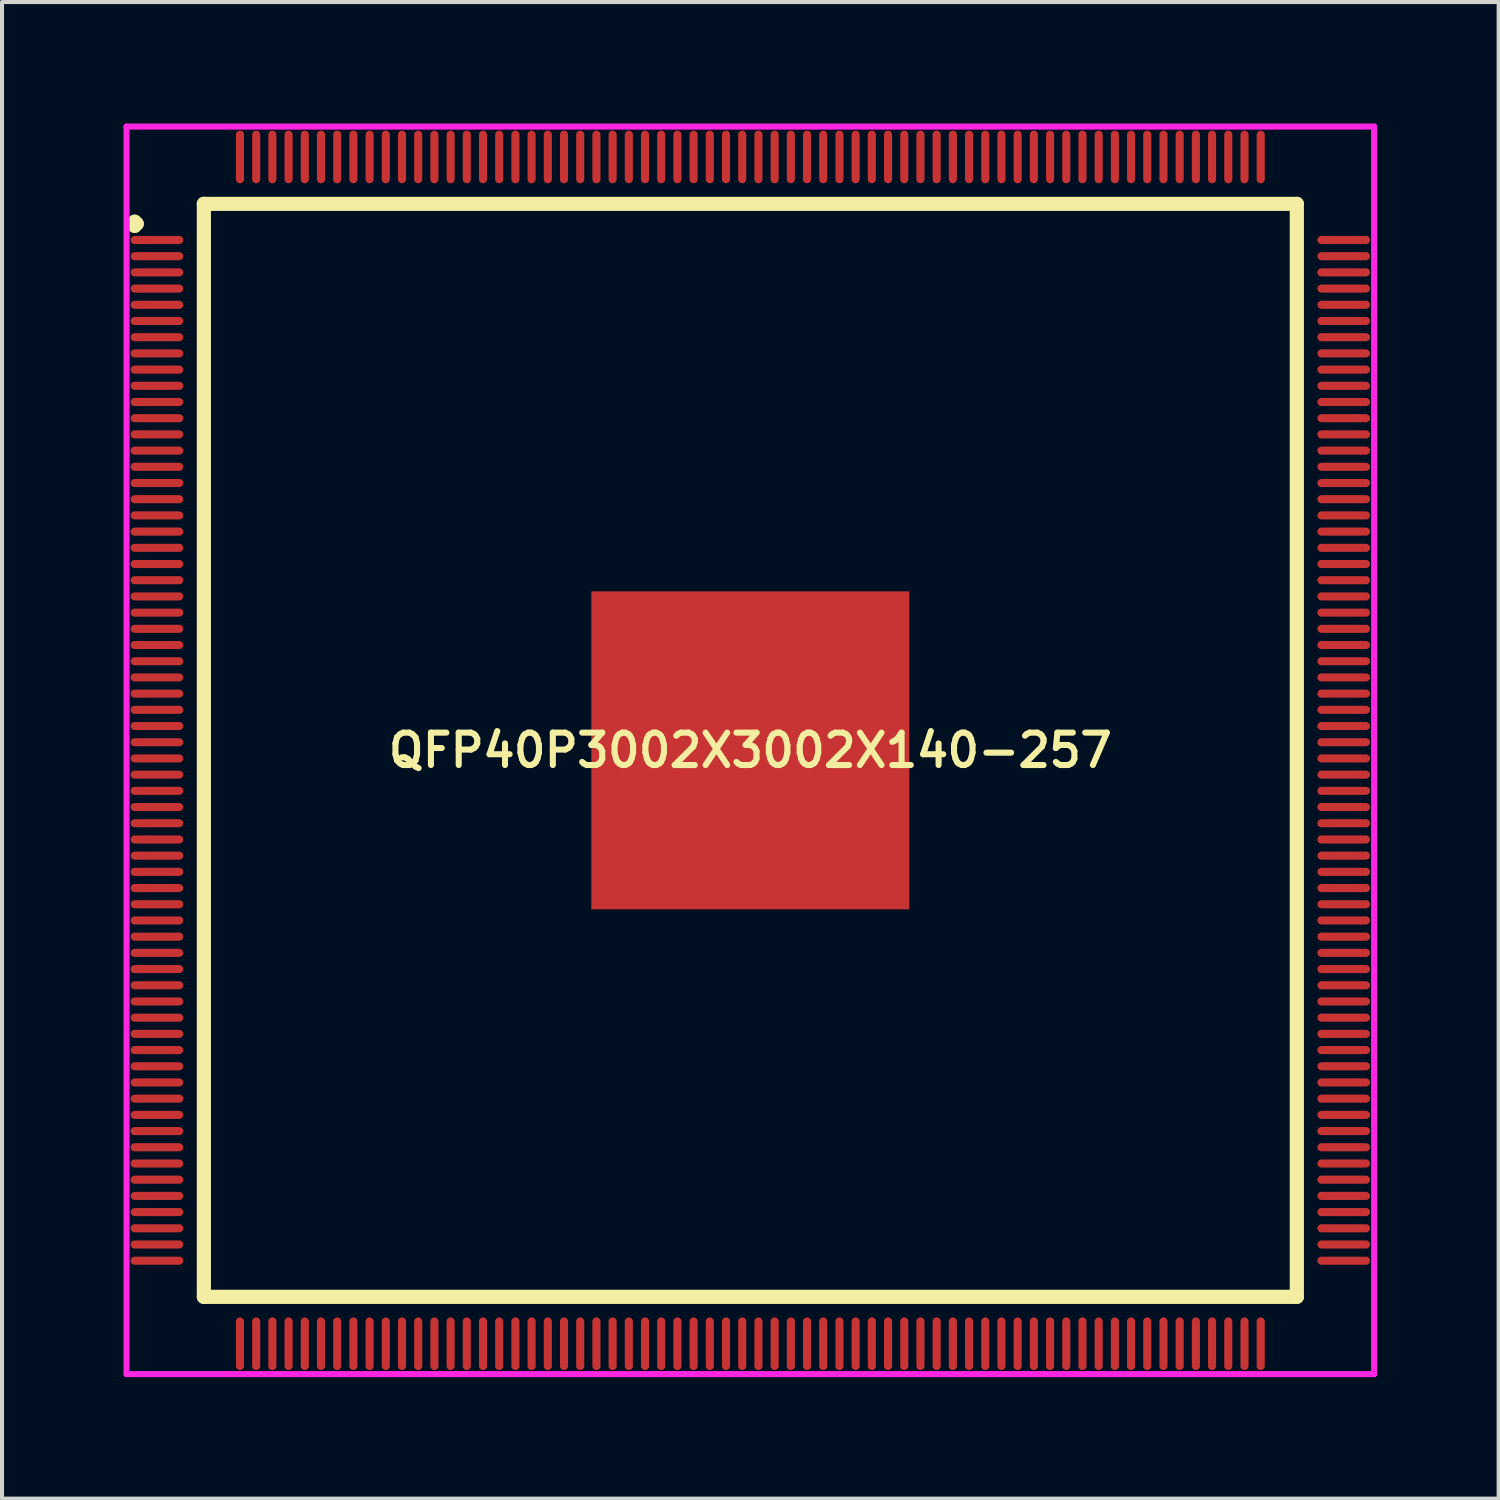
<source format=kicad_pcb>
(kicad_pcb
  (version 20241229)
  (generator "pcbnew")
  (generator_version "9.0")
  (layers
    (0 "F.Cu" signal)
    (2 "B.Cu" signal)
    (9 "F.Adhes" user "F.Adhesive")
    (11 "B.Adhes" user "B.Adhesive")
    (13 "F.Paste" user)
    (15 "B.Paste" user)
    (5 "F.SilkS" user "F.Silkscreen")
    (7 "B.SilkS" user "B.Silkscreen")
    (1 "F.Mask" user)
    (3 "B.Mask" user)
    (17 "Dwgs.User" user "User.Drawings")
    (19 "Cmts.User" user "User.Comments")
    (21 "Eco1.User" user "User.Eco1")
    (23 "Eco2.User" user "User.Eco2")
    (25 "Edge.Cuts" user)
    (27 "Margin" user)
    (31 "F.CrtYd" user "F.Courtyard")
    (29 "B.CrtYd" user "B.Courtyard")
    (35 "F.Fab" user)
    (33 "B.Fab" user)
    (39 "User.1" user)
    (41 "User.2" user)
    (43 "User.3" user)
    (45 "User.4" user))
  (footprint "QFP40P3002X3002X140-257"
    (layer "F.Cu")
    (at 15.475 15.475)
    (property "Reference" "QFP40P3002X3002X140-257" (at 0 0 0) (layer "F.SilkS") (effects (font (size 0.8 0.8) (thickness 0.15))))
    (attr through_hole)
    (fp_line (start -15.25 -13) (end -15.2 -13.05) (stroke (width 0.35) (type solid)) (layer "F.SilkS"))
    (fp_line (start -15.2 -13.05) (end -15.15 -13) (stroke (width 0.35) (type solid)) (layer "F.SilkS"))
    (fp_line (start -15.2 -12.95) (end -15.25 -13) (stroke (width 0.35) (type solid)) (layer "F.SilkS"))
    (fp_line (start -15.15 -13) (end -15.2 -12.95) (stroke (width 0.35) (type solid)) (layer "F.SilkS"))
    (fp_line (start -13.492 -13.492) (end -13.492 13.492) (stroke (width 0.35) (type solid)) (layer "F.SilkS"))
    (fp_line (start -13.492 13.492) (end 13.492 13.492) (stroke (width 0.35) (type solid)) (layer "F.SilkS"))
    (fp_line (start 13.492 -13.492) (end -13.492 -13.492) (stroke (width 0.35) (type solid)) (layer "F.SilkS"))
    (fp_line (start 13.492 13.492) (end 13.492 -13.492) (stroke (width 0.35) (type solid)) (layer "F.SilkS"))
    (fp_line (start -15.4 -15.4) (end 15.4 -15.4) (stroke (width 0.15) (type solid)) (layer "F.CrtYd"))
    (fp_line (start -15.4 15.4) (end -15.4 -15.4) (stroke (width 0.15) (type solid)) (layer "F.CrtYd"))
    (fp_line (start 15.4 -15.4) (end 15.4 15.4) (stroke (width 0.15) (type solid)) (layer "F.CrtYd"))
    (fp_line (start 15.4 15.4) (end -15.4 15.4) (stroke (width 0.15) (type solid)) (layer "F.CrtYd"))
    (pad "1" smd oval (at -14.65 -12.6) (size 1.3 0.2) (layers "F.Cu" "F.Mask" "F.Paste"))
    (pad "2" smd oval (at -14.65 -12.2) (size 1.3 0.2) (layers "F.Cu" "F.Mask" "F.Paste"))
    (pad "3" smd oval (at -14.65 -11.8) (size 1.3 0.2) (layers "F.Cu" "F.Mask" "F.Paste"))
    (pad "4" smd oval (at -14.65 -11.4) (size 1.3 0.2) (layers "F.Cu" "F.Mask" "F.Paste"))
    (pad "5" smd oval (at -14.65 -11) (size 1.3 0.2) (layers "F.Cu" "F.Mask" "F.Paste"))
    (pad "6" smd oval (at -14.65 -10.6) (size 1.3 0.2) (layers "F.Cu" "F.Mask" "F.Paste"))
    (pad "7" smd oval (at -14.65 -10.2) (size 1.3 0.2) (layers "F.Cu" "F.Mask" "F.Paste"))
    (pad "8" smd oval (at -14.65 -9.8) (size 1.3 0.2) (layers "F.Cu" "F.Mask" "F.Paste"))
    (pad "9" smd oval (at -14.65 -9.4) (size 1.3 0.2) (layers "F.Cu" "F.Mask" "F.Paste"))
    (pad "10" smd oval (at -14.65 -9) (size 1.3 0.2) (layers "F.Cu" "F.Mask" "F.Paste"))
    (pad "11" smd oval (at -14.65 -8.6) (size 1.3 0.2) (layers "F.Cu" "F.Mask" "F.Paste"))
    (pad "12" smd oval (at -14.65 -8.2) (size 1.3 0.2) (layers "F.Cu" "F.Mask" "F.Paste"))
    (pad "13" smd oval (at -14.65 -7.8) (size 1.3 0.2) (layers "F.Cu" "F.Mask" "F.Paste"))
    (pad "14" smd oval (at -14.65 -7.4) (size 1.3 0.2) (layers "F.Cu" "F.Mask" "F.Paste"))
    (pad "15" smd oval (at -14.65 -7) (size 1.3 0.2) (layers "F.Cu" "F.Mask" "F.Paste"))
    (pad "16" smd oval (at -14.65 -6.6) (size 1.3 0.2) (layers "F.Cu" "F.Mask" "F.Paste"))
    (pad "17" smd oval (at -14.65 -6.2) (size 1.3 0.2) (layers "F.Cu" "F.Mask" "F.Paste"))
    (pad "18" smd oval (at -14.65 -5.8) (size 1.3 0.2) (layers "F.Cu" "F.Mask" "F.Paste"))
    (pad "19" smd oval (at -14.65 -5.4) (size 1.3 0.2) (layers "F.Cu" "F.Mask" "F.Paste"))
    (pad "20" smd oval (at -14.65 -5) (size 1.3 0.2) (layers "F.Cu" "F.Mask" "F.Paste"))
    (pad "21" smd oval (at -14.65 -4.6) (size 1.3 0.2) (layers "F.Cu" "F.Mask" "F.Paste"))
    (pad "22" smd oval (at -14.65 -4.2) (size 1.3 0.2) (layers "F.Cu" "F.Mask" "F.Paste"))
    (pad "23" smd oval (at -14.65 -3.8) (size 1.3 0.2) (layers "F.Cu" "F.Mask" "F.Paste"))
    (pad "24" smd oval (at -14.65 -3.4) (size 1.3 0.2) (layers "F.Cu" "F.Mask" "F.Paste"))
    (pad "25" smd oval (at -14.65 -3) (size 1.3 0.2) (layers "F.Cu" "F.Mask" "F.Paste"))
    (pad "26" smd oval (at -14.65 -2.6) (size 1.3 0.2) (layers "F.Cu" "F.Mask" "F.Paste"))
    (pad "27" smd oval (at -14.65 -2.2) (size 1.3 0.2) (layers "F.Cu" "F.Mask" "F.Paste"))
    (pad "28" smd oval (at -14.65 -1.8) (size 1.3 0.2) (layers "F.Cu" "F.Mask" "F.Paste"))
    (pad "29" smd oval (at -14.65 -1.4) (size 1.3 0.2) (layers "F.Cu" "F.Mask" "F.Paste"))
    (pad "30" smd oval (at -14.65 -1) (size 1.3 0.2) (layers "F.Cu" "F.Mask" "F.Paste"))
    (pad "31" smd oval (at -14.65 -0.6) (size 1.3 0.2) (layers "F.Cu" "F.Mask" "F.Paste"))
    (pad "32" smd oval (at -14.65 -0.2) (size 1.3 0.2) (layers "F.Cu" "F.Mask" "F.Paste"))
    (pad "33" smd oval (at -14.65 0.2) (size 1.3 0.2) (layers "F.Cu" "F.Mask" "F.Paste"))
    (pad "34" smd oval (at -14.65 0.6) (size 1.3 0.2) (layers "F.Cu" "F.Mask" "F.Paste"))
    (pad "35" smd oval (at -14.65 1) (size 1.3 0.2) (layers "F.Cu" "F.Mask" "F.Paste"))
    (pad "36" smd oval (at -14.65 1.4) (size 1.3 0.2) (layers "F.Cu" "F.Mask" "F.Paste"))
    (pad "37" smd oval (at -14.65 1.8) (size 1.3 0.2) (layers "F.Cu" "F.Mask" "F.Paste"))
    (pad "38" smd oval (at -14.65 2.2) (size 1.3 0.2) (layers "F.Cu" "F.Mask" "F.Paste"))
    (pad "39" smd oval (at -14.65 2.6) (size 1.3 0.2) (layers "F.Cu" "F.Mask" "F.Paste"))
    (pad "40" smd oval (at -14.65 3) (size 1.3 0.2) (layers "F.Cu" "F.Mask" "F.Paste"))
    (pad "41" smd oval (at -14.65 3.4) (size 1.3 0.2) (layers "F.Cu" "F.Mask" "F.Paste"))
    (pad "42" smd oval (at -14.65 3.8) (size 1.3 0.2) (layers "F.Cu" "F.Mask" "F.Paste"))
    (pad "43" smd oval (at -14.65 4.2) (size 1.3 0.2) (layers "F.Cu" "F.Mask" "F.Paste"))
    (pad "44" smd oval (at -14.65 4.6) (size 1.3 0.2) (layers "F.Cu" "F.Mask" "F.Paste"))
    (pad "45" smd oval (at -14.65 5) (size 1.3 0.2) (layers "F.Cu" "F.Mask" "F.Paste"))
    (pad "46" smd oval (at -14.65 5.4) (size 1.3 0.2) (layers "F.Cu" "F.Mask" "F.Paste"))
    (pad "47" smd oval (at -14.65 5.8) (size 1.3 0.2) (layers "F.Cu" "F.Mask" "F.Paste"))
    (pad "48" smd oval (at -14.65 6.2) (size 1.3 0.2) (layers "F.Cu" "F.Mask" "F.Paste"))
    (pad "49" smd oval (at -14.65 6.6) (size 1.3 0.2) (layers "F.Cu" "F.Mask" "F.Paste"))
    (pad "50" smd oval (at -14.65 7) (size 1.3 0.2) (layers "F.Cu" "F.Mask" "F.Paste"))
    (pad "51" smd oval (at -14.65 7.4) (size 1.3 0.2) (layers "F.Cu" "F.Mask" "F.Paste"))
    (pad "52" smd oval (at -14.65 7.8) (size 1.3 0.2) (layers "F.Cu" "F.Mask" "F.Paste"))
    (pad "53" smd oval (at -14.65 8.2) (size 1.3 0.2) (layers "F.Cu" "F.Mask" "F.Paste"))
    (pad "54" smd oval (at -14.65 8.6) (size 1.3 0.2) (layers "F.Cu" "F.Mask" "F.Paste"))
    (pad "55" smd oval (at -14.65 9) (size 1.3 0.2) (layers "F.Cu" "F.Mask" "F.Paste"))
    (pad "56" smd oval (at -14.65 9.4) (size 1.3 0.2) (layers "F.Cu" "F.Mask" "F.Paste"))
    (pad "57" smd oval (at -14.65 9.8) (size 1.3 0.2) (layers "F.Cu" "F.Mask" "F.Paste"))
    (pad "58" smd oval (at -14.65 10.2) (size 1.3 0.2) (layers "F.Cu" "F.Mask" "F.Paste"))
    (pad "59" smd oval (at -14.65 10.6) (size 1.3 0.2) (layers "F.Cu" "F.Mask" "F.Paste"))
    (pad "60" smd oval (at -14.65 11) (size 1.3 0.2) (layers "F.Cu" "F.Mask" "F.Paste"))
    (pad "61" smd oval (at -14.65 11.4) (size 1.3 0.2) (layers "F.Cu" "F.Mask" "F.Paste"))
    (pad "62" smd oval (at -14.65 11.8) (size 1.3 0.2) (layers "F.Cu" "F.Mask" "F.Paste"))
    (pad "63" smd oval (at -14.65 12.2) (size 1.3 0.2) (layers "F.Cu" "F.Mask" "F.Paste"))
    (pad "64" smd oval (at -14.65 12.6) (size 1.3 0.2) (layers "F.Cu" "F.Mask" "F.Paste"))
    (pad "65" smd oval (at -12.6 14.65) (size 0.2 1.3) (layers "F.Cu" "F.Mask" "F.Paste"))
    (pad "66" smd oval (at -12.2 14.65) (size 0.2 1.3) (layers "F.Cu" "F.Mask" "F.Paste"))
    (pad "67" smd oval (at -11.8 14.65) (size 0.2 1.3) (layers "F.Cu" "F.Mask" "F.Paste"))
    (pad "68" smd oval (at -11.4 14.65) (size 0.2 1.3) (layers "F.Cu" "F.Mask" "F.Paste"))
    (pad "69" smd oval (at -11 14.65) (size 0.2 1.3) (layers "F.Cu" "F.Mask" "F.Paste"))
    (pad "70" smd oval (at -10.6 14.65) (size 0.2 1.3) (layers "F.Cu" "F.Mask" "F.Paste"))
    (pad "71" smd oval (at -10.2 14.65) (size 0.2 1.3) (layers "F.Cu" "F.Mask" "F.Paste"))
    (pad "72" smd oval (at -9.8 14.65) (size 0.2 1.3) (layers "F.Cu" "F.Mask" "F.Paste"))
    (pad "73" smd oval (at -9.4 14.65) (size 0.2 1.3) (layers "F.Cu" "F.Mask" "F.Paste"))
    (pad "74" smd oval (at -9 14.65) (size 0.2 1.3) (layers "F.Cu" "F.Mask" "F.Paste"))
    (pad "75" smd oval (at -8.6 14.65) (size 0.2 1.3) (layers "F.Cu" "F.Mask" "F.Paste"))
    (pad "76" smd oval (at -8.2 14.65) (size 0.2 1.3) (layers "F.Cu" "F.Mask" "F.Paste"))
    (pad "77" smd oval (at -7.8 14.65) (size 0.2 1.3) (layers "F.Cu" "F.Mask" "F.Paste"))
    (pad "78" smd oval (at -7.4 14.65) (size 0.2 1.3) (layers "F.Cu" "F.Mask" "F.Paste"))
    (pad "79" smd oval (at -7 14.65) (size 0.2 1.3) (layers "F.Cu" "F.Mask" "F.Paste"))
    (pad "80" smd oval (at -6.6 14.65) (size 0.2 1.3) (layers "F.Cu" "F.Mask" "F.Paste"))
    (pad "81" smd oval (at -6.2 14.65) (size 0.2 1.3) (layers "F.Cu" "F.Mask" "F.Paste"))
    (pad "82" smd oval (at -5.8 14.65) (size 0.2 1.3) (layers "F.Cu" "F.Mask" "F.Paste"))
    (pad "83" smd oval (at -5.4 14.65) (size 0.2 1.3) (layers "F.Cu" "F.Mask" "F.Paste"))
    (pad "84" smd oval (at -5 14.65) (size 0.2 1.3) (layers "F.Cu" "F.Mask" "F.Paste"))
    (pad "85" smd oval (at -4.6 14.65) (size 0.2 1.3) (layers "F.Cu" "F.Mask" "F.Paste"))
    (pad "86" smd oval (at -4.2 14.65) (size 0.2 1.3) (layers "F.Cu" "F.Mask" "F.Paste"))
    (pad "87" smd oval (at -3.8 14.65) (size 0.2 1.3) (layers "F.Cu" "F.Mask" "F.Paste"))
    (pad "88" smd oval (at -3.4 14.65) (size 0.2 1.3) (layers "F.Cu" "F.Mask" "F.Paste"))
    (pad "89" smd oval (at -3 14.65) (size 0.2 1.3) (layers "F.Cu" "F.Mask" "F.Paste"))
    (pad "90" smd oval (at -2.6 14.65) (size 0.2 1.3) (layers "F.Cu" "F.Mask" "F.Paste"))
    (pad "91" smd oval (at -2.2 14.65) (size 0.2 1.3) (layers "F.Cu" "F.Mask" "F.Paste"))
    (pad "92" smd oval (at -1.8 14.65) (size 0.2 1.3) (layers "F.Cu" "F.Mask" "F.Paste"))
    (pad "93" smd oval (at -1.4 14.65) (size 0.2 1.3) (layers "F.Cu" "F.Mask" "F.Paste"))
    (pad "94" smd oval (at -1 14.65) (size 0.2 1.3) (layers "F.Cu" "F.Mask" "F.Paste"))
    (pad "95" smd oval (at -0.6 14.65) (size 0.2 1.3) (layers "F.Cu" "F.Mask" "F.Paste"))
    (pad "96" smd oval (at -0.2 14.65) (size 0.2 1.3) (layers "F.Cu" "F.Mask" "F.Paste"))
    (pad "97" smd oval (at 0.2 14.65) (size 0.2 1.3) (layers "F.Cu" "F.Mask" "F.Paste"))
    (pad "98" smd oval (at 0.6 14.65) (size 0.2 1.3) (layers "F.Cu" "F.Mask" "F.Paste"))
    (pad "99" smd oval (at 1 14.65) (size 0.2 1.3) (layers "F.Cu" "F.Mask" "F.Paste"))
    (pad "100" smd oval (at 1.4 14.65) (size 0.2 1.3) (layers "F.Cu" "F.Mask" "F.Paste"))
    (pad "101" smd oval (at 1.8 14.65) (size 0.2 1.3) (layers "F.Cu" "F.Mask" "F.Paste"))
    (pad "102" smd oval (at 2.2 14.65) (size 0.2 1.3) (layers "F.Cu" "F.Mask" "F.Paste"))
    (pad "103" smd oval (at 2.6 14.65) (size 0.2 1.3) (layers "F.Cu" "F.Mask" "F.Paste"))
    (pad "104" smd oval (at 3 14.65) (size 0.2 1.3) (layers "F.Cu" "F.Mask" "F.Paste"))
    (pad "105" smd oval (at 3.4 14.65) (size 0.2 1.3) (layers "F.Cu" "F.Mask" "F.Paste"))
    (pad "106" smd oval (at 3.8 14.65) (size 0.2 1.3) (layers "F.Cu" "F.Mask" "F.Paste"))
    (pad "107" smd oval (at 4.2 14.65) (size 0.2 1.3) (layers "F.Cu" "F.Mask" "F.Paste"))
    (pad "108" smd oval (at 4.6 14.65) (size 0.2 1.3) (layers "F.Cu" "F.Mask" "F.Paste"))
    (pad "109" smd oval (at 5 14.65) (size 0.2 1.3) (layers "F.Cu" "F.Mask" "F.Paste"))
    (pad "110" smd oval (at 5.4 14.65) (size 0.2 1.3) (layers "F.Cu" "F.Mask" "F.Paste"))
    (pad "111" smd oval (at 5.8 14.65) (size 0.2 1.3) (layers "F.Cu" "F.Mask" "F.Paste"))
    (pad "112" smd oval (at 6.2 14.65) (size 0.2 1.3) (layers "F.Cu" "F.Mask" "F.Paste"))
    (pad "113" smd oval (at 6.6 14.65) (size 0.2 1.3) (layers "F.Cu" "F.Mask" "F.Paste"))
    (pad "114" smd oval (at 7 14.65) (size 0.2 1.3) (layers "F.Cu" "F.Mask" "F.Paste"))
    (pad "115" smd oval (at 7.4 14.65) (size 0.2 1.3) (layers "F.Cu" "F.Mask" "F.Paste"))
    (pad "116" smd oval (at 7.8 14.65) (size 0.2 1.3) (layers "F.Cu" "F.Mask" "F.Paste"))
    (pad "117" smd oval (at 8.2 14.65) (size 0.2 1.3) (layers "F.Cu" "F.Mask" "F.Paste"))
    (pad "118" smd oval (at 8.6 14.65) (size 0.2 1.3) (layers "F.Cu" "F.Mask" "F.Paste"))
    (pad "119" smd oval (at 9 14.65) (size 0.2 1.3) (layers "F.Cu" "F.Mask" "F.Paste"))
    (pad "120" smd oval (at 9.4 14.65) (size 0.2 1.3) (layers "F.Cu" "F.Mask" "F.Paste"))
    (pad "121" smd oval (at 9.8 14.65) (size 0.2 1.3) (layers "F.Cu" "F.Mask" "F.Paste"))
    (pad "122" smd oval (at 10.2 14.65) (size 0.2 1.3) (layers "F.Cu" "F.Mask" "F.Paste"))
    (pad "123" smd oval (at 10.6 14.65) (size 0.2 1.3) (layers "F.Cu" "F.Mask" "F.Paste"))
    (pad "124" smd oval (at 11 14.65) (size 0.2 1.3) (layers "F.Cu" "F.Mask" "F.Paste"))
    (pad "125" smd oval (at 11.4 14.65) (size 0.2 1.3) (layers "F.Cu" "F.Mask" "F.Paste"))
    (pad "126" smd oval (at 11.8 14.65) (size 0.2 1.3) (layers "F.Cu" "F.Mask" "F.Paste"))
    (pad "127" smd oval (at 12.2 14.65) (size 0.2 1.3) (layers "F.Cu" "F.Mask" "F.Paste"))
    (pad "128" smd oval (at 12.6 14.65) (size 0.2 1.3) (layers "F.Cu" "F.Mask" "F.Paste"))
    (pad "129" smd oval (at 14.65 12.6) (size 1.3 0.2) (layers "F.Cu" "F.Mask" "F.Paste"))
    (pad "130" smd oval (at 14.65 12.2) (size 1.3 0.2) (layers "F.Cu" "F.Mask" "F.Paste"))
    (pad "131" smd oval (at 14.65 11.8) (size 1.3 0.2) (layers "F.Cu" "F.Mask" "F.Paste"))
    (pad "132" smd oval (at 14.65 11.4) (size 1.3 0.2) (layers "F.Cu" "F.Mask" "F.Paste"))
    (pad "133" smd oval (at 14.65 11) (size 1.3 0.2) (layers "F.Cu" "F.Mask" "F.Paste"))
    (pad "134" smd oval (at 14.65 10.6) (size 1.3 0.2) (layers "F.Cu" "F.Mask" "F.Paste"))
    (pad "135" smd oval (at 14.65 10.2) (size 1.3 0.2) (layers "F.Cu" "F.Mask" "F.Paste"))
    (pad "136" smd oval (at 14.65 9.8) (size 1.3 0.2) (layers "F.Cu" "F.Mask" "F.Paste"))
    (pad "137" smd oval (at 14.65 9.4) (size 1.3 0.2) (layers "F.Cu" "F.Mask" "F.Paste"))
    (pad "138" smd oval (at 14.65 9) (size 1.3 0.2) (layers "F.Cu" "F.Mask" "F.Paste"))
    (pad "139" smd oval (at 14.65 8.6) (size 1.3 0.2) (layers "F.Cu" "F.Mask" "F.Paste"))
    (pad "140" smd oval (at 14.65 8.2) (size 1.3 0.2) (layers "F.Cu" "F.Mask" "F.Paste"))
    (pad "141" smd oval (at 14.65 7.8) (size 1.3 0.2) (layers "F.Cu" "F.Mask" "F.Paste"))
    (pad "142" smd oval (at 14.65 7.4) (size 1.3 0.2) (layers "F.Cu" "F.Mask" "F.Paste"))
    (pad "143" smd oval (at 14.65 7) (size 1.3 0.2) (layers "F.Cu" "F.Mask" "F.Paste"))
    (pad "144" smd oval (at 14.65 6.6) (size 1.3 0.2) (layers "F.Cu" "F.Mask" "F.Paste"))
    (pad "145" smd oval (at 14.65 6.2) (size 1.3 0.2) (layers "F.Cu" "F.Mask" "F.Paste"))
    (pad "146" smd oval (at 14.65 5.8) (size 1.3 0.2) (layers "F.Cu" "F.Mask" "F.Paste"))
    (pad "147" smd oval (at 14.65 5.4) (size 1.3 0.2) (layers "F.Cu" "F.Mask" "F.Paste"))
    (pad "148" smd oval (at 14.65 5) (size 1.3 0.2) (layers "F.Cu" "F.Mask" "F.Paste"))
    (pad "149" smd oval (at 14.65 4.6) (size 1.3 0.2) (layers "F.Cu" "F.Mask" "F.Paste"))
    (pad "150" smd oval (at 14.65 4.2) (size 1.3 0.2) (layers "F.Cu" "F.Mask" "F.Paste"))
    (pad "151" smd oval (at 14.65 3.8) (size 1.3 0.2) (layers "F.Cu" "F.Mask" "F.Paste"))
    (pad "152" smd oval (at 14.65 3.4) (size 1.3 0.2) (layers "F.Cu" "F.Mask" "F.Paste"))
    (pad "153" smd oval (at 14.65 3) (size 1.3 0.2) (layers "F.Cu" "F.Mask" "F.Paste"))
    (pad "154" smd oval (at 14.65 2.6) (size 1.3 0.2) (layers "F.Cu" "F.Mask" "F.Paste"))
    (pad "155" smd oval (at 14.65 2.2) (size 1.3 0.2) (layers "F.Cu" "F.Mask" "F.Paste"))
    (pad "156" smd oval (at 14.65 1.8) (size 1.3 0.2) (layers "F.Cu" "F.Mask" "F.Paste"))
    (pad "157" smd oval (at 14.65 1.4) (size 1.3 0.2) (layers "F.Cu" "F.Mask" "F.Paste"))
    (pad "158" smd oval (at 14.65 1) (size 1.3 0.2) (layers "F.Cu" "F.Mask" "F.Paste"))
    (pad "159" smd oval (at 14.65 0.6) (size 1.3 0.2) (layers "F.Cu" "F.Mask" "F.Paste"))
    (pad "160" smd oval (at 14.65 0.2) (size 1.3 0.2) (layers "F.Cu" "F.Mask" "F.Paste"))
    (pad "161" smd oval (at 14.65 -0.2) (size 1.3 0.2) (layers "F.Cu" "F.Mask" "F.Paste"))
    (pad "162" smd oval (at 14.65 -0.6) (size 1.3 0.2) (layers "F.Cu" "F.Mask" "F.Paste"))
    (pad "163" smd oval (at 14.65 -1) (size 1.3 0.2) (layers "F.Cu" "F.Mask" "F.Paste"))
    (pad "164" smd oval (at 14.65 -1.4) (size 1.3 0.2) (layers "F.Cu" "F.Mask" "F.Paste"))
    (pad "165" smd oval (at 14.65 -1.8) (size 1.3 0.2) (layers "F.Cu" "F.Mask" "F.Paste"))
    (pad "166" smd oval (at 14.65 -2.2) (size 1.3 0.2) (layers "F.Cu" "F.Mask" "F.Paste"))
    (pad "167" smd oval (at 14.65 -2.6) (size 1.3 0.2) (layers "F.Cu" "F.Mask" "F.Paste"))
    (pad "168" smd oval (at 14.65 -3) (size 1.3 0.2) (layers "F.Cu" "F.Mask" "F.Paste"))
    (pad "169" smd oval (at 14.65 -3.4) (size 1.3 0.2) (layers "F.Cu" "F.Mask" "F.Paste"))
    (pad "170" smd oval (at 14.65 -3.8) (size 1.3 0.2) (layers "F.Cu" "F.Mask" "F.Paste"))
    (pad "171" smd oval (at 14.65 -4.2) (size 1.3 0.2) (layers "F.Cu" "F.Mask" "F.Paste"))
    (pad "172" smd oval (at 14.65 -4.6) (size 1.3 0.2) (layers "F.Cu" "F.Mask" "F.Paste"))
    (pad "173" smd oval (at 14.65 -5) (size 1.3 0.2) (layers "F.Cu" "F.Mask" "F.Paste"))
    (pad "174" smd oval (at 14.65 -5.4) (size 1.3 0.2) (layers "F.Cu" "F.Mask" "F.Paste"))
    (pad "175" smd oval (at 14.65 -5.8) (size 1.3 0.2) (layers "F.Cu" "F.Mask" "F.Paste"))
    (pad "176" smd oval (at 14.65 -6.2) (size 1.3 0.2) (layers "F.Cu" "F.Mask" "F.Paste"))
    (pad "177" smd oval (at 14.65 -6.6) (size 1.3 0.2) (layers "F.Cu" "F.Mask" "F.Paste"))
    (pad "178" smd oval (at 14.65 -7) (size 1.3 0.2) (layers "F.Cu" "F.Mask" "F.Paste"))
    (pad "179" smd oval (at 14.65 -7.4) (size 1.3 0.2) (layers "F.Cu" "F.Mask" "F.Paste"))
    (pad "180" smd oval (at 14.65 -7.8) (size 1.3 0.2) (layers "F.Cu" "F.Mask" "F.Paste"))
    (pad "181" smd oval (at 14.65 -8.2) (size 1.3 0.2) (layers "F.Cu" "F.Mask" "F.Paste"))
    (pad "182" smd oval (at 14.65 -8.6) (size 1.3 0.2) (layers "F.Cu" "F.Mask" "F.Paste"))
    (pad "183" smd oval (at 14.65 -9) (size 1.3 0.2) (layers "F.Cu" "F.Mask" "F.Paste"))
    (pad "184" smd oval (at 14.65 -9.4) (size 1.3 0.2) (layers "F.Cu" "F.Mask" "F.Paste"))
    (pad "185" smd oval (at 14.65 -9.8) (size 1.3 0.2) (layers "F.Cu" "F.Mask" "F.Paste"))
    (pad "186" smd oval (at 14.65 -10.2) (size 1.3 0.2) (layers "F.Cu" "F.Mask" "F.Paste"))
    (pad "187" smd oval (at 14.65 -10.6) (size 1.3 0.2) (layers "F.Cu" "F.Mask" "F.Paste"))
    (pad "188" smd oval (at 14.65 -11) (size 1.3 0.2) (layers "F.Cu" "F.Mask" "F.Paste"))
    (pad "189" smd oval (at 14.65 -11.4) (size 1.3 0.2) (layers "F.Cu" "F.Mask" "F.Paste"))
    (pad "190" smd oval (at 14.65 -11.8) (size 1.3 0.2) (layers "F.Cu" "F.Mask" "F.Paste"))
    (pad "191" smd oval (at 14.65 -12.2) (size 1.3 0.2) (layers "F.Cu" "F.Mask" "F.Paste"))
    (pad "192" smd oval (at 14.65 -12.6) (size 1.3 0.2) (layers "F.Cu" "F.Mask" "F.Paste"))
    (pad "193" smd oval (at 12.6 -14.65) (size 0.2 1.3) (layers "F.Cu" "F.Mask" "F.Paste"))
    (pad "194" smd oval (at 12.2 -14.65) (size 0.2 1.3) (layers "F.Cu" "F.Mask" "F.Paste"))
    (pad "195" smd oval (at 11.8 -14.65) (size 0.2 1.3) (layers "F.Cu" "F.Mask" "F.Paste"))
    (pad "196" smd oval (at 11.4 -14.65) (size 0.2 1.3) (layers "F.Cu" "F.Mask" "F.Paste"))
    (pad "197" smd oval (at 11 -14.65) (size 0.2 1.3) (layers "F.Cu" "F.Mask" "F.Paste"))
    (pad "198" smd oval (at 10.6 -14.65) (size 0.2 1.3) (layers "F.Cu" "F.Mask" "F.Paste"))
    (pad "199" smd oval (at 10.2 -14.65) (size 0.2 1.3) (layers "F.Cu" "F.Mask" "F.Paste"))
    (pad "200" smd oval (at 9.8 -14.65) (size 0.2 1.3) (layers "F.Cu" "F.Mask" "F.Paste"))
    (pad "201" smd oval (at 9.4 -14.65) (size 0.2 1.3) (layers "F.Cu" "F.Mask" "F.Paste"))
    (pad "202" smd oval (at 9 -14.65) (size 0.2 1.3) (layers "F.Cu" "F.Mask" "F.Paste"))
    (pad "203" smd oval (at 8.6 -14.65) (size 0.2 1.3) (layers "F.Cu" "F.Mask" "F.Paste"))
    (pad "204" smd oval (at 8.2 -14.65) (size 0.2 1.3) (layers "F.Cu" "F.Mask" "F.Paste"))
    (pad "205" smd oval (at 7.8 -14.65) (size 0.2 1.3) (layers "F.Cu" "F.Mask" "F.Paste"))
    (pad "206" smd oval (at 7.4 -14.65) (size 0.2 1.3) (layers "F.Cu" "F.Mask" "F.Paste"))
    (pad "207" smd oval (at 7 -14.65) (size 0.2 1.3) (layers "F.Cu" "F.Mask" "F.Paste"))
    (pad "208" smd oval (at 6.6 -14.65) (size 0.2 1.3) (layers "F.Cu" "F.Mask" "F.Paste"))
    (pad "209" smd oval (at 6.2 -14.65) (size 0.2 1.3) (layers "F.Cu" "F.Mask" "F.Paste"))
    (pad "210" smd oval (at 5.8 -14.65) (size 0.2 1.3) (layers "F.Cu" "F.Mask" "F.Paste"))
    (pad "211" smd oval (at 5.4 -14.65) (size 0.2 1.3) (layers "F.Cu" "F.Mask" "F.Paste"))
    (pad "212" smd oval (at 5 -14.65) (size 0.2 1.3) (layers "F.Cu" "F.Mask" "F.Paste"))
    (pad "213" smd oval (at 4.6 -14.65) (size 0.2 1.3) (layers "F.Cu" "F.Mask" "F.Paste"))
    (pad "214" smd oval (at 4.2 -14.65) (size 0.2 1.3) (layers "F.Cu" "F.Mask" "F.Paste"))
    (pad "215" smd oval (at 3.8 -14.65) (size 0.2 1.3) (layers "F.Cu" "F.Mask" "F.Paste"))
    (pad "216" smd oval (at 3.4 -14.65) (size 0.2 1.3) (layers "F.Cu" "F.Mask" "F.Paste"))
    (pad "217" smd oval (at 3 -14.65) (size 0.2 1.3) (layers "F.Cu" "F.Mask" "F.Paste"))
    (pad "218" smd oval (at 2.6 -14.65) (size 0.2 1.3) (layers "F.Cu" "F.Mask" "F.Paste"))
    (pad "219" smd oval (at 2.2 -14.65) (size 0.2 1.3) (layers "F.Cu" "F.Mask" "F.Paste"))
    (pad "220" smd oval (at 1.8 -14.65) (size 0.2 1.3) (layers "F.Cu" "F.Mask" "F.Paste"))
    (pad "221" smd oval (at 1.4 -14.65) (size 0.2 1.3) (layers "F.Cu" "F.Mask" "F.Paste"))
    (pad "222" smd oval (at 1 -14.65) (size 0.2 1.3) (layers "F.Cu" "F.Mask" "F.Paste"))
    (pad "223" smd oval (at 0.6 -14.65) (size 0.2 1.3) (layers "F.Cu" "F.Mask" "F.Paste"))
    (pad "224" smd oval (at 0.2 -14.65) (size 0.2 1.3) (layers "F.Cu" "F.Mask" "F.Paste"))
    (pad "225" smd oval (at -0.2 -14.65) (size 0.2 1.3) (layers "F.Cu" "F.Mask" "F.Paste"))
    (pad "226" smd oval (at -0.6 -14.65) (size 0.2 1.3) (layers "F.Cu" "F.Mask" "F.Paste"))
    (pad "227" smd oval (at -1 -14.65) (size 0.2 1.3) (layers "F.Cu" "F.Mask" "F.Paste"))
    (pad "228" smd oval (at -1.4 -14.65) (size 0.2 1.3) (layers "F.Cu" "F.Mask" "F.Paste"))
    (pad "229" smd oval (at -1.8 -14.65) (size 0.2 1.3) (layers "F.Cu" "F.Mask" "F.Paste"))
    (pad "230" smd oval (at -2.2 -14.65) (size 0.2 1.3) (layers "F.Cu" "F.Mask" "F.Paste"))
    (pad "231" smd oval (at -2.6 -14.65) (size 0.2 1.3) (layers "F.Cu" "F.Mask" "F.Paste"))
    (pad "232" smd oval (at -3 -14.65) (size 0.2 1.3) (layers "F.Cu" "F.Mask" "F.Paste"))
    (pad "233" smd oval (at -3.4 -14.65) (size 0.2 1.3) (layers "F.Cu" "F.Mask" "F.Paste"))
    (pad "234" smd oval (at -3.8 -14.65) (size 0.2 1.3) (layers "F.Cu" "F.Mask" "F.Paste"))
    (pad "235" smd oval (at -4.2 -14.65) (size 0.2 1.3) (layers "F.Cu" "F.Mask" "F.Paste"))
    (pad "236" smd oval (at -4.6 -14.65) (size 0.2 1.3) (layers "F.Cu" "F.Mask" "F.Paste"))
    (pad "237" smd oval (at -5 -14.65) (size 0.2 1.3) (layers "F.Cu" "F.Mask" "F.Paste"))
    (pad "238" smd oval (at -5.4 -14.65) (size 0.2 1.3) (layers "F.Cu" "F.Mask" "F.Paste"))
    (pad "239" smd oval (at -5.8 -14.65) (size 0.2 1.3) (layers "F.Cu" "F.Mask" "F.Paste"))
    (pad "240" smd oval (at -6.2 -14.65) (size 0.2 1.3) (layers "F.Cu" "F.Mask" "F.Paste"))
    (pad "241" smd oval (at -6.6 -14.65) (size 0.2 1.3) (layers "F.Cu" "F.Mask" "F.Paste"))
    (pad "242" smd oval (at -7 -14.65) (size 0.2 1.3) (layers "F.Cu" "F.Mask" "F.Paste"))
    (pad "243" smd oval (at -7.4 -14.65) (size 0.2 1.3) (layers "F.Cu" "F.Mask" "F.Paste"))
    (pad "244" smd oval (at -7.8 -14.65) (size 0.2 1.3) (layers "F.Cu" "F.Mask" "F.Paste"))
    (pad "245" smd oval (at -8.2 -14.65) (size 0.2 1.3) (layers "F.Cu" "F.Mask" "F.Paste"))
    (pad "246" smd oval (at -8.6 -14.65) (size 0.2 1.3) (layers "F.Cu" "F.Mask" "F.Paste"))
    (pad "247" smd oval (at -9 -14.65) (size 0.2 1.3) (layers "F.Cu" "F.Mask" "F.Paste"))
    (pad "248" smd oval (at -9.4 -14.65) (size 0.2 1.3) (layers "F.Cu" "F.Mask" "F.Paste"))
    (pad "249" smd oval (at -9.8 -14.65) (size 0.2 1.3) (layers "F.Cu" "F.Mask" "F.Paste"))
    (pad "250" smd oval (at -10.2 -14.65) (size 0.2 1.3) (layers "F.Cu" "F.Mask" "F.Paste"))
    (pad "251" smd oval (at -10.6 -14.65) (size 0.2 1.3) (layers "F.Cu" "F.Mask" "F.Paste"))
    (pad "252" smd oval (at -11 -14.65) (size 0.2 1.3) (layers "F.Cu" "F.Mask" "F.Paste"))
    (pad "253" smd oval (at -11.4 -14.65) (size 0.2 1.3) (layers "F.Cu" "F.Mask" "F.Paste"))
    (pad "254" smd oval (at -11.8 -14.65) (size 0.2 1.3) (layers "F.Cu" "F.Mask" "F.Paste"))
    (pad "255" smd oval (at -12.2 -14.65) (size 0.2 1.3) (layers "F.Cu" "F.Mask" "F.Paste"))
    (pad "256" smd oval (at -12.6 -14.65) (size 0.2 1.3) (layers "F.Cu" "F.Mask" "F.Paste"))
    (pad "257" smd rect (at 0 0) (size 7.85 7.85) (layers "F.Cu" "F.Mask" "F.Paste")))
  (gr_rect
    (start -3 -3)
    (end 33.95 33.95)
    (stroke (width 0.1) (type default))
    (fill no)
    (layer "Edge.Cuts")))
</source>
